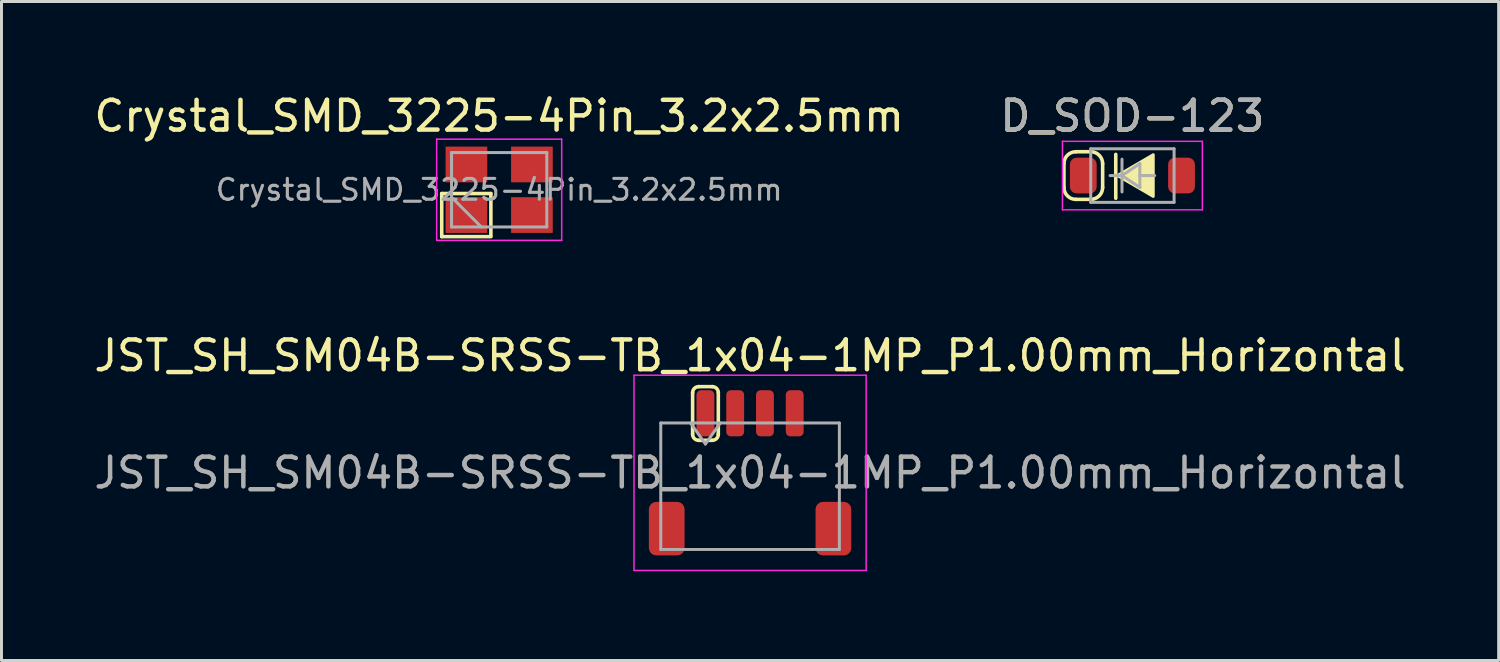
<source format=kicad_pcb>
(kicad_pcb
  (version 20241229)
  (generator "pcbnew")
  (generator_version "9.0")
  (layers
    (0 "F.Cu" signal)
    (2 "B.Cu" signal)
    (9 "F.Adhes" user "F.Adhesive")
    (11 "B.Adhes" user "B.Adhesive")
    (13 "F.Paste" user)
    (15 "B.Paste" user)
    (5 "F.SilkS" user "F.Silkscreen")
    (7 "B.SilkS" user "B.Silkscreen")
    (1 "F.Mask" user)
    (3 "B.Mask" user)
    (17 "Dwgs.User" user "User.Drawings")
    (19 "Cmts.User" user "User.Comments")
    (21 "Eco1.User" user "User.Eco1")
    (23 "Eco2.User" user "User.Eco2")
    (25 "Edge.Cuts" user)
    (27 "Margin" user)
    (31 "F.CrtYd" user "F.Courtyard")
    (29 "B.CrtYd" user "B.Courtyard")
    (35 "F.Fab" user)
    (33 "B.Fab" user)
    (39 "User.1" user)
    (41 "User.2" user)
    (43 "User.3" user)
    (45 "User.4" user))
  (footprint "JST_SH_SM04B-SRSS-TB_1x04-1MP_P1.00mm_Horizontal"
    (layer "F.Cu")
    (at 22.149 12.835)
    (property "Reference" "JST_SH_SM04B-SRSS-TB_1x04-1MP_P1.00mm_Horizontal" (at 0 -3.937 0) (layer "F.SilkS") (effects (font (size 1 1) (thickness 0.15))))
    (attr through_hole)
    (fp_line (start -1.93 -2.692) (end -1.93 -1.295) (stroke (width 0.12) (type solid)) (layer "F.SilkS"))
    (fp_line (start -1.727 -2.896) (end -1.27 -2.896) (stroke (width 0.12) (type solid)) (layer "F.SilkS"))
    (fp_line (start -1.27 -1.092) (end -1.727 -1.092) (stroke (width 0.12) (type solid)) (layer "F.SilkS"))
    (fp_line (start -1.067 -1.295) (end -1.067 -2.692) (stroke (width 0.12) (type solid)) (layer "F.SilkS"))
    (fp_arc (start -1.9304 -2.6924) (mid -1.870884 -2.836084) (end -1.7272 -2.8956) (stroke (width 0.12) (type solid)) (layer "F.SilkS"))
    (fp_arc (start -1.7272 -1.0922) (mid -1.870884 -1.151716) (end -1.9304 -1.2954) (stroke (width 0.12) (type solid)) (layer "F.SilkS"))
    (fp_arc (start -1.27 -2.8956) (mid -1.126316 -2.836084) (end -1.0668 -2.6924) (stroke (width 0.12) (type solid)) (layer "F.SilkS"))
    (fp_arc (start -1.0668 -1.2954) (mid -1.126316 -1.151716) (end -1.27 -1.0922) (stroke (width 0.12) (type solid)) (layer "F.SilkS"))
    (fp_line (start -3.9 -3.28) (end -3.9 3.28) (stroke (width 0.05) (type solid)) (layer "F.CrtYd"))
    (fp_line (start -3.9 3.28) (end 3.9 3.28) (stroke (width 0.05) (type solid)) (layer "F.CrtYd"))
    (fp_line (start 3.9 -3.28) (end -3.9 -3.28) (stroke (width 0.05) (type solid)) (layer "F.CrtYd"))
    (fp_line (start 3.9 3.28) (end 3.9 -3.28) (stroke (width 0.05) (type solid)) (layer "F.CrtYd"))
    (fp_line (start -3 -1.675) (end -3 2.575) (stroke (width 0.1) (type solid)) (layer "F.Fab"))
    (fp_line (start -3 -1.675) (end 3 -1.675) (stroke (width 0.1) (type solid)) (layer "F.Fab"))
    (fp_line (start -3 2.575) (end 3 2.575) (stroke (width 0.1) (type solid)) (layer "F.Fab"))
    (fp_line (start -2 -1.675) (end -1.5 -0.968) (stroke (width 0.1) (type solid)) (layer "F.Fab"))
    (fp_line (start -1.5 -0.968) (end -1 -1.675) (stroke (width 0.1) (type solid)) (layer "F.Fab"))
    (fp_line (start 3 -1.675) (end 3 2.575) (stroke (width 0.1) (type solid)) (layer "F.Fab"))
    (fp_text user "${REFERENCE}" (at 0 0 0) (layer "F.Fab") (effects (font (size 1 1) (thickness 0.15))))
    (pad "1" smd roundrect (at -1.5 -2) (size 0.6 1.55) (layers "F.Cu" "F.Mask" "F.Paste") (roundrect_rratio 0.25))
    (pad "2" smd roundrect (at -0.5 -2) (size 0.6 1.55) (layers "F.Cu" "F.Mask" "F.Paste") (roundrect_rratio 0.25))
    (pad "3" smd roundrect (at 0.5 -2) (size 0.6 1.55) (layers "F.Cu" "F.Mask" "F.Paste") (roundrect_rratio 0.25))
    (pad "4" smd roundrect (at 1.5 -2) (size 0.6 1.55) (layers "F.Cu" "F.Mask" "F.Paste") (roundrect_rratio 0.25))
    (pad "MP" smd roundrect (at -2.8 1.875) (size 1.2 1.8) (layers "F.Cu" "F.Mask" "F.Paste") (roundrect_rratio 0.208))
    (pad "MP" smd roundrect (at 2.8 1.875) (size 1.2 1.8) (layers "F.Cu" "F.Mask" "F.Paste") (roundrect_rratio 0.208)))
  (footprint "Crystal_SMD_3225-4Pin_3.2x2.5mm"
    (layer "F.Cu")
    (at 13.72 3.325)
    (property "Reference" "Crystal_SMD_3225-4Pin_3.2x2.5mm" (at 0 -2.477 0) (layer "F.SilkS") (effects (font (size 1 1) (thickness 0.15))))
    (attr through_hole)
    (fp_line (start -1.93 0.127) (end -0.279 0.127) (stroke (width 0.12) (type solid)) (layer "F.SilkS"))
    (fp_line (start -1.93 1.575) (end -1.93 0.127) (stroke (width 0.12) (type solid)) (layer "F.SilkS"))
    (fp_line (start -0.279 0.127) (end -0.279 1.549) (stroke (width 0.12) (type solid)) (layer "F.SilkS"))
    (fp_line (start -0.279 1.575) (end -1.93 1.575) (stroke (width 0.12) (type solid)) (layer "F.SilkS"))
    (fp_line (start -2.1 -1.7) (end -2.1 1.7) (stroke (width 0.05) (type solid)) (layer "F.CrtYd"))
    (fp_line (start -2.1 1.7) (end 2.1 1.7) (stroke (width 0.05) (type solid)) (layer "F.CrtYd"))
    (fp_line (start 2.1 -1.7) (end -2.1 -1.7) (stroke (width 0.05) (type solid)) (layer "F.CrtYd"))
    (fp_line (start 2.1 1.7) (end 2.1 -1.7) (stroke (width 0.05) (type solid)) (layer "F.CrtYd"))
    (fp_line (start -1.6 -1.25) (end -1.6 1.25) (stroke (width 0.1) (type solid)) (layer "F.Fab"))
    (fp_line (start -1.6 0.25) (end -0.6 1.25) (stroke (width 0.1) (type solid)) (layer "F.Fab"))
    (fp_line (start -1.6 1.25) (end 1.6 1.25) (stroke (width 0.1) (type solid)) (layer "F.Fab"))
    (fp_line (start 1.6 -1.25) (end -1.6 -1.25) (stroke (width 0.1) (type solid)) (layer "F.Fab"))
    (fp_line (start 1.6 1.25) (end 1.6 -1.25) (stroke (width 0.1) (type solid)) (layer "F.Fab"))
    (fp_text user "${REFERENCE}" (at 0 0 0) (layer "F.Fab") (effects (font (size 0.7 0.7) (thickness 0.105))))
    (pad "1" smd rect (at -1.1 0.85) (size 1.4 1.2) (layers "F.Cu" "F.Mask" "F.Paste"))
    (pad "2" smd rect (at 1.1 0.85) (size 1.4 1.2) (layers "F.Cu" "F.Mask" "F.Paste"))
    (pad "3" smd rect (at 1.1 -0.85) (size 1.4 1.2) (layers "F.Cu" "F.Mask" "F.Paste"))
    (pad "4" smd rect (at -1.1 -0.85) (size 1.4 1.2) (layers "F.Cu" "F.Mask" "F.Paste")))
  (footprint "D_SOD-123"
    (layer "F.Cu")
    (at 34.994 2.848)
    (property "Reference" "D_SOD-123" (at 0 -2 0) (layer "F.SilkS") (effects (font (size 1 1) (thickness 0.15))))
    (attr smd)
    (fp_line (start -2.3 -0.4) (end -2.3 0.4) (stroke (width 0.12) (type solid)) (layer "F.SilkS"))
    (fp_line (start -1.9 0.8) (end -1.4 0.8) (stroke (width 0.12) (type solid)) (layer "F.SilkS"))
    (fp_line (start -1.4 -0.8) (end -1.9 -0.8) (stroke (width 0.12) (type solid)) (layer "F.SilkS"))
    (fp_line (start -1 0.4) (end -1 -0.4) (stroke (width 0.12) (type solid)) (layer "F.SilkS"))
    (fp_line (start -0.559 0.762) (end -0.559 -0.711) (stroke (width 0.12) (type solid)) (layer "F.SilkS"))
    (fp_arc (start -2.3 -0.4) (mid -2.182843 -0.682843) (end -1.9 -0.8) (stroke (width 0.12) (type solid)) (layer "F.SilkS"))
    (fp_arc (start -1.9 0.8) (mid -2.182843 0.682843) (end -2.3 0.4) (stroke (width 0.12) (type solid)) (layer "F.SilkS"))
    (fp_arc (start -1.4 -0.8) (mid -1.117157 -0.682843) (end -1 -0.4) (stroke (width 0.12) (type solid)) (layer "F.SilkS"))
    (fp_arc (start -1 0.4) (mid -1.117157 0.682843) (end -1.4 0.8) (stroke (width 0.12) (type solid)) (layer "F.SilkS"))
    (fp_poly (pts (xy 0.7 0.7) (xy -0.5 0) (xy 0.7 -0.7)) (stroke (width 0.1) (type solid)) (fill yes) (layer "F.SilkS"))
    (fp_line (start -2.35 -1.15) (end -2.35 1.15) (stroke (width 0.05) (type solid)) (layer "F.CrtYd"))
    (fp_line (start -2.35 -1.15) (end 2.35 -1.15) (stroke (width 0.05) (type solid)) (layer "F.CrtYd"))
    (fp_line (start 2.35 -1.15) (end 2.35 1.15) (stroke (width 0.05) (type solid)) (layer "F.CrtYd"))
    (fp_line (start 2.35 1.15) (end -2.35 1.15) (stroke (width 0.05) (type solid)) (layer "F.CrtYd"))
    (fp_line (start -1.4 -0.9) (end 1.4 -0.9) (stroke (width 0.1) (type solid)) (layer "F.Fab"))
    (fp_line (start -1.4 0.9) (end -1.4 -0.9) (stroke (width 0.1) (type solid)) (layer "F.Fab"))
    (fp_line (start -0.75 0) (end -0.35 0) (stroke (width 0.1) (type solid)) (layer "F.Fab"))
    (fp_line (start -0.35 0) (end -0.35 -0.55) (stroke (width 0.1) (type solid)) (layer "F.Fab"))
    (fp_line (start -0.35 0) (end -0.35 0.55) (stroke (width 0.1) (type solid)) (layer "F.Fab"))
    (fp_line (start -0.35 0) (end 0.25 -0.4) (stroke (width 0.1) (type solid)) (layer "F.Fab"))
    (fp_line (start 0.25 -0.4) (end 0.25 0.4) (stroke (width 0.1) (type solid)) (layer "F.Fab"))
    (fp_line (start 0.25 0) (end 0.75 0) (stroke (width 0.1) (type solid)) (layer "F.Fab"))
    (fp_line (start 0.25 0.4) (end -0.35 0) (stroke (width 0.1) (type solid)) (layer "F.Fab"))
    (fp_line (start 1.4 -0.9) (end 1.4 0.9) (stroke (width 0.1) (type solid)) (layer "F.Fab"))
    (fp_line (start 1.4 0.9) (end -1.4 0.9) (stroke (width 0.1) (type solid)) (layer "F.Fab"))
    (fp_text user "${REFERENCE}" (at 0 -2 0) (layer "F.Fab") (effects (font (size 1 1) (thickness 0.15))))
    (pad "1" smd roundrect (at -1.65 0) (size 0.9 1.2) (layers "F.Cu" "F.Mask" "F.Paste") (roundrect_rratio 0.25))
    (pad "2" smd roundrect (at 1.65 0) (size 0.9 1.2) (layers "F.Cu" "F.Mask" "F.Paste") (roundrect_rratio 0.25)))
  (gr_rect
    (start -3 -3)
    (end 47.298 19.14)
    (stroke (width 0.1) (type default))
    (fill no)
    (layer "Edge.Cuts")))
</source>
